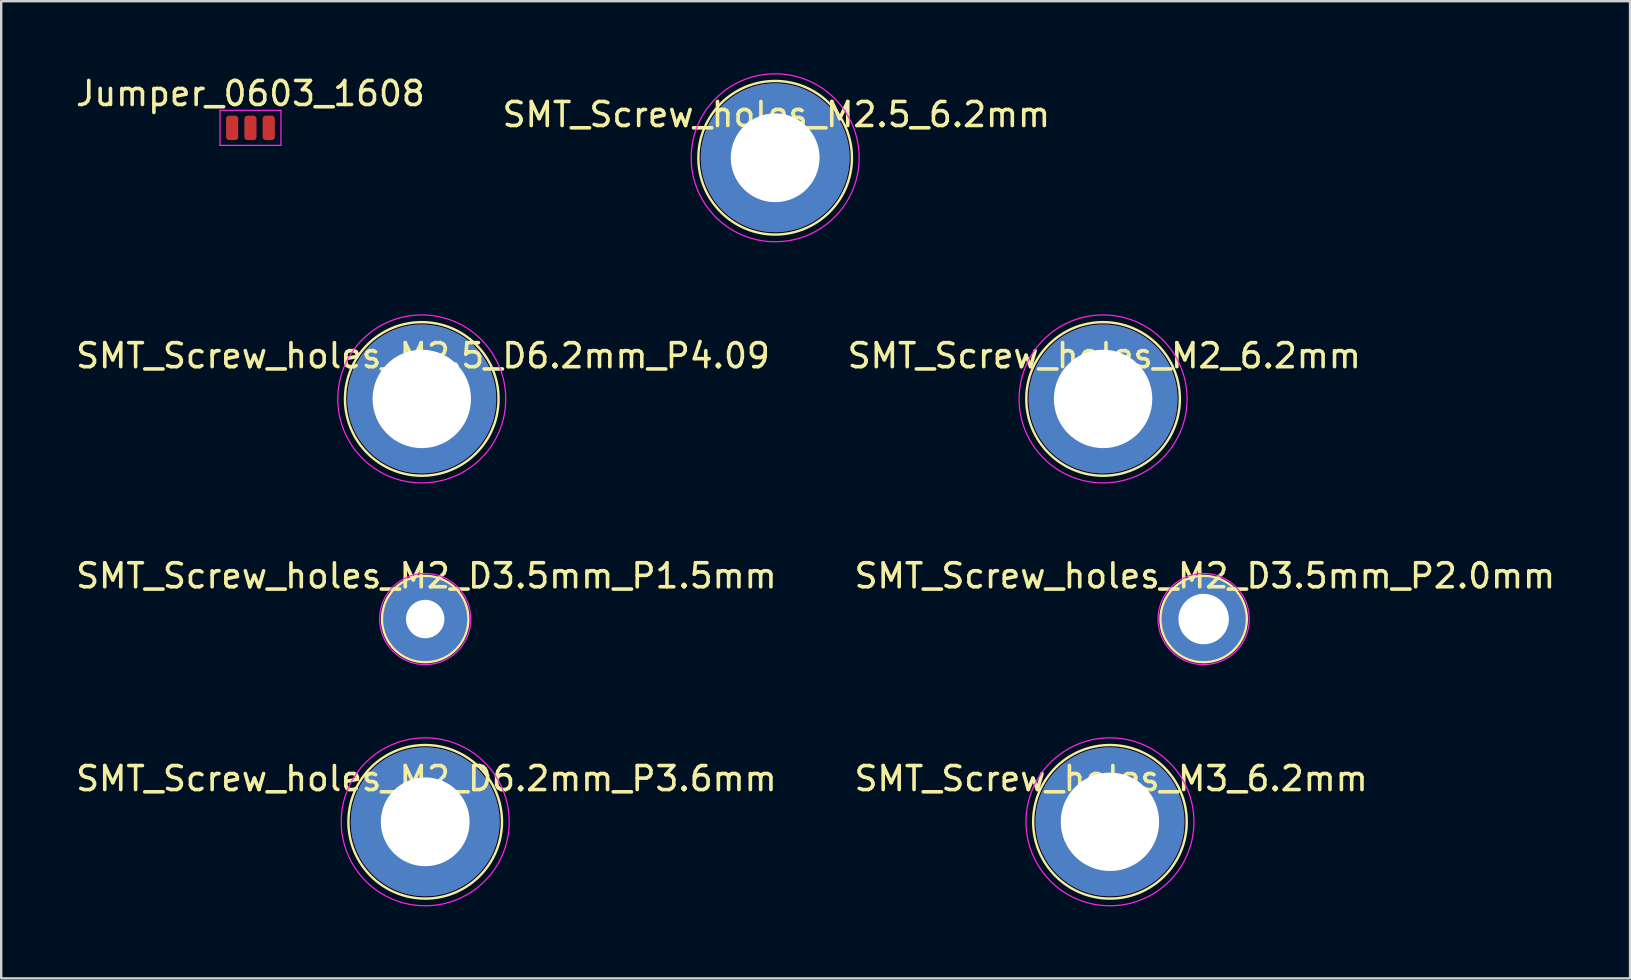
<source format=kicad_pcb>
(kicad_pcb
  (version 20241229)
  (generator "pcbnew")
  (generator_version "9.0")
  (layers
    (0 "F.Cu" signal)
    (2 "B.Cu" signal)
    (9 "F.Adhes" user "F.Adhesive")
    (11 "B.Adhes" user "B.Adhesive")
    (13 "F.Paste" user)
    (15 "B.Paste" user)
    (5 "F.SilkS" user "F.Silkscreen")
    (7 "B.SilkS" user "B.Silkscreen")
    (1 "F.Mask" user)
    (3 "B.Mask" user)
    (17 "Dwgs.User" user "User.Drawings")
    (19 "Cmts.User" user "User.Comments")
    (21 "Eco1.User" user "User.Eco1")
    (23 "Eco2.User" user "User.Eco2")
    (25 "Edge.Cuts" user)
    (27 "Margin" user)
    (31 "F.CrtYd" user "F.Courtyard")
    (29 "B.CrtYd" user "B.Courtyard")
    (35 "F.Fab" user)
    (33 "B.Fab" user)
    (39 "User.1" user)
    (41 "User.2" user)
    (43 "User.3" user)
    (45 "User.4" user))
  (footprint "SMT_Screw_holes_M2_D3.5mm_P1.5mm"
    (layer "F.Cu")
    (at 14.67 22.748)
    (property "Reference" "SMT_Screw_holes_M2_D3.5mm_P1.5mm" (at 0.05 -1.8 0) (layer "F.SilkS") (effects (font (size 1 1) (thickness 0.15))))
    (attr smd)
    (fp_circle (center 0 0) (end 1.8 0) (stroke (width 0.1) (type default)) (fill no) (layer "F.SilkS"))
    (fp_circle (center 0 0) (end 1.9 0) (stroke (width 0.05) (type default)) (fill no) (layer "F.CrtYd"))
    (pad "1" thru_hole circle (at 0 0) (size 3.5 3.5) (drill 1.6) (layers "*.Cu" "*.Mask")))
  (footprint "SMT_Screw_holes_M2_D3.5mm_P2.0mm"
    (layer "F.Cu")
    (at 47.111 22.748)
    (property "Reference" "SMT_Screw_holes_M2_D3.5mm_P2.0mm" (at 0.05 -1.8 0) (layer "F.SilkS") (effects (font (size 1 1) (thickness 0.15))))
    (attr smd)
    (fp_circle (center 0 0) (end 1.8 0) (stroke (width 0.1) (type default)) (fill no) (layer "F.SilkS"))
    (fp_circle (center 0 0) (end 1.9 0) (stroke (width 0.05) (type default)) (fill no) (layer "F.CrtYd"))
    (pad "1" thru_hole circle (at 0 0) (size 3.5 3.5) (drill 2.1) (layers "*.Cu" "*.Mask")))
  (footprint "SMT_Screw_holes_M2.5_D6.2mm_P4.09"
    (layer "F.Cu")
    (at 14.527 13.575)
    (property "Reference" "SMT_Screw_holes_M2.5_D6.2mm_P4.09" (at 0.05 -1.8 0) (layer "F.SilkS") (effects (font (size 1 1) (thickness 0.15))))
    (attr smd)
    (fp_circle (center 0 0) (end 3.2 0) (stroke (width 0.1) (type default)) (fill no) (layer "F.SilkS"))
    (fp_circle (center 0 0) (end 3.5 0) (stroke (width 0.05) (type default)) (fill no) (layer "F.CrtYd"))
    (pad "1" thru_hole circle (at 0 0) (size 6.2 6.2) (drill 4.1) (layers "*.Cu" "*.Mask")))
  (footprint "SMT_Screw_holes_M3_6.2mm"
    (layer "F.Cu")
    (at 43.206 31.198)
    (property "Reference" "SMT_Screw_holes_M3_6.2mm" (at 0.05 -1.8 0) (layer "F.SilkS") (effects (font (size 1 1) (thickness 0.15))))
    (attr smd)
    (fp_circle (center 0 0) (end 3.2 0) (stroke (width 0.1) (type default)) (fill no) (layer "F.SilkS"))
    (fp_circle (center 0 0) (end 3.5 0) (stroke (width 0.05) (type default)) (fill no) (layer "F.CrtYd"))
    (pad "1" thru_hole circle (at 0 0) (size 6.2 6.2) (drill 4.1) (layers "*.Cu" "*.Mask")))
  (footprint "SMT_Screw_holes_M2_6.2mm"
    (layer "F.Cu")
    (at 42.92 13.575)
    (property "Reference" "SMT_Screw_holes_M2_6.2mm" (at 0.05 -1.8 0) (layer "F.SilkS") (effects (font (size 1 1) (thickness 0.15))))
    (attr smd)
    (fp_circle (center 0 0) (end 3.2 0) (stroke (width 0.1) (type default)) (fill no) (layer "F.SilkS"))
    (fp_circle (center 0 0) (end 3.5 0) (stroke (width 0.05) (type default)) (fill no) (layer "F.CrtYd"))
    (pad "1" thru_hole circle (at 0 0) (size 6.2 6.2) (drill 4.1) (layers "*.Cu" "*.Mask")))
  (footprint "SMT_Screw_holes_M2_D6.2mm_P3.6mm"
    (layer "F.Cu")
    (at 14.67 31.198)
    (property "Reference" "SMT_Screw_holes_M2_D6.2mm_P3.6mm" (at 0.05 -1.8 0) (layer "F.SilkS") (effects (font (size 1 1) (thickness 0.15))))
    (attr smd)
    (fp_circle (center 0 0) (end 3.2 0) (stroke (width 0.1) (type default)) (fill no) (layer "F.SilkS"))
    (fp_circle (center 0 0) (end 3.5 0) (stroke (width 0.05) (type default)) (fill no) (layer "F.CrtYd"))
    (pad "1" thru_hole circle (at 0 0) (size 6.2 6.2) (drill 3.7) (layers "*.Cu" "*.Mask")))
  (footprint "Jumper_0603_1608"
    (layer "F.Cu")
    (at 7.387 2.278)
    (property "Reference" "Jumper_0603_1608" (at 0 -1.43 0) (layer "F.SilkS") (effects (font (size 1 1) (thickness 0.15))))
    (attr smd)
    (fp_line (start -1.27 -0.73) (end 1.27 -0.73) (stroke (width 0.05) (type solid)) (layer "F.CrtYd"))
    (fp_line (start -1.27 0.73) (end -1.27 -0.73) (stroke (width 0.05) (type solid)) (layer "F.CrtYd"))
    (fp_line (start 1.27 -0.73) (end 1.27 0.73) (stroke (width 0.05) (type solid)) (layer "F.CrtYd"))
    (fp_line (start 1.27 0.73) (end -1.27 0.73) (stroke (width 0.05) (type solid)) (layer "F.CrtYd"))
    (pad "1" smd roundrect (at -0.762 0) (size 0.508 1.016) (layers "F.Cu" "F.Mask" "F.Paste") (roundrect_rratio 0.25))
    (pad "2" smd roundrect (at 0 0) (size 0.508 1.016) (layers "F.Cu" "F.Mask" "F.Paste") (roundrect_rratio 0.25))
    (pad "3" smd roundrect (at 0.762 0) (size 0.508 1.016) (layers "F.Cu" "F.Mask" "F.Paste") (roundrect_rratio 0.25)))
  (footprint "SMT_Screw_holes_M2.5_6.2mm"
    (layer "F.Cu")
    (at 29.254 3.525)
    (property "Reference" "SMT_Screw_holes_M2.5_6.2mm" (at 0.05 -1.8 0) (layer "F.SilkS") (effects (font (size 1 1) (thickness 0.15))))
    (attr smd)
    (fp_circle (center 0 0) (end 3.2 0) (stroke (width 0.1) (type default)) (fill no) (layer "F.SilkS"))
    (fp_circle (center 0 0) (end 3.5 0) (stroke (width 0.05) (type default)) (fill no) (layer "F.CrtYd"))
    (pad "1" thru_hole circle (at 0 0) (size 6.2 6.2) (drill 3.7) (layers "*.Cu" "*.Mask")))
  (gr_rect
    (start -3 -3)
    (end 64.881 37.723)
    (stroke (width 0.1) (type default))
    (fill no)
    (layer "Edge.Cuts")))
</source>
